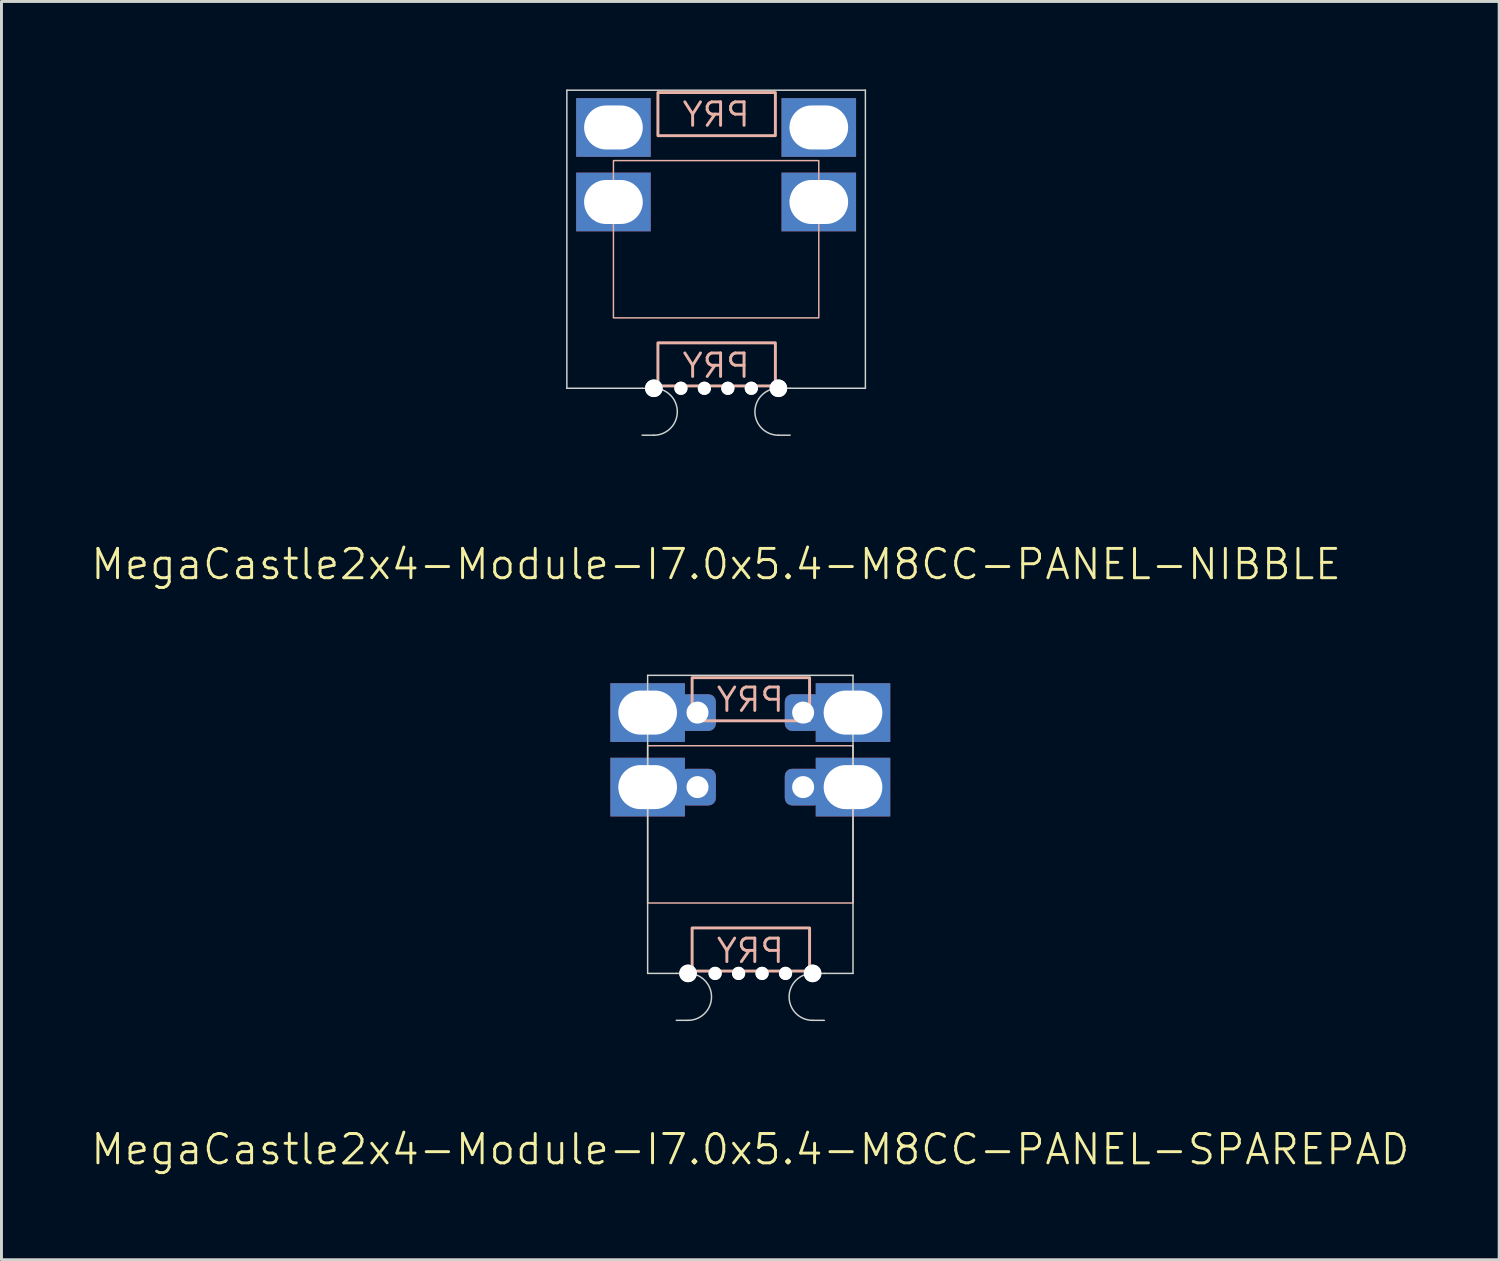
<source format=kicad_pcb>
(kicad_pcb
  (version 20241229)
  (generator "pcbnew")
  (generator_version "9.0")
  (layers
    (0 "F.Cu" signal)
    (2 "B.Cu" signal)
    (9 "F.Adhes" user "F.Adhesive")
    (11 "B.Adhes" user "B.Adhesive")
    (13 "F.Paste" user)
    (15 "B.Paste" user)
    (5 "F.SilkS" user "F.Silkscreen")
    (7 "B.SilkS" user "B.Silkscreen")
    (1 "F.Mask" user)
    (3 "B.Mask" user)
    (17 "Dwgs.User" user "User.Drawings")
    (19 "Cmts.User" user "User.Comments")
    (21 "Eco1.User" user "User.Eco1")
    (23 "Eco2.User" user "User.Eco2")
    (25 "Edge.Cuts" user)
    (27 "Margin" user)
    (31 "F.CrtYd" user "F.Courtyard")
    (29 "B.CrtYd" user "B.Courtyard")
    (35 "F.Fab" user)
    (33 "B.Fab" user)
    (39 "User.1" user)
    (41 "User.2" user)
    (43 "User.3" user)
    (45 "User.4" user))
  (footprint "MegaCastle2x4-Module-I7.0x5.4-M8CC-PANEL-SPAREPAD"
    (layer "F.Cu")
    (at 22.526 25.05)
    (property "Reference" "MegaCastle2x4-Module-I7.0x5.4-M8CC-PANEL-SPAREPAD" (at 0 11.08 0) (unlocked yes) (layer "F.SilkS") (effects (font (size 1 1) (thickness 0.1))))
    (attr smd)
    (fp_rect (start -3.5 2.68) (end 3.5 -2.68) (stroke (width 0.05) (type default)) (fill no) (layer "B.SilkS"))
    (fp_rect (start -1.984 -3.531) (end 2.02 -5) (stroke (width 0.1) (type default)) (fill no) (layer "B.SilkS"))
    (fp_rect (start -1.984 3.531) (end 2.02 5) (stroke (width 0.1) (type default)) (fill no) (layer "B.SilkS"))
    (fp_line (start -3.5 -5.08) (end -3.5 5.08) (stroke (width 0.05) (type default)) (layer "Edge.Cuts"))
    (fp_line (start -3.5 -5.08) (end 3.5 -5.08) (stroke (width 0.05) (type default)) (layer "Edge.Cuts"))
    (fp_line (start -3.5 5.08) (end -2.522 5.08) (stroke (width 0.05) (type default)) (layer "Edge.Cuts"))
    (fp_line (start -2.522 5.08) (end -2.123 5.08) (stroke (width 0.05) (type default)) (layer "Edge.Cuts"))
    (fp_line (start -2.522 6.68) (end -2.123 6.68) (stroke (width 0.05) (type default)) (layer "Edge.Cuts"))
    (fp_line (start 2.522 5.08) (end 2.123 5.08) (stroke (width 0.05) (type default)) (layer "Edge.Cuts"))
    (fp_line (start 2.522 5.08) (end 3.5 5.08) (stroke (width 0.05) (type default)) (layer "Edge.Cuts"))
    (fp_line (start 2.522 6.68) (end 2.123 6.68) (stroke (width 0.05) (type default)) (layer "Edge.Cuts"))
    (fp_line (start 3.5 -5.08) (end 3.5 5.08) (stroke (width 0.05) (type default)) (layer "Edge.Cuts"))
    (fp_arc (start -2.1225 5.08) (mid -1.3225 5.88) (end -2.1225 6.68) (stroke (width 0.05) (type default)) (layer "Edge.Cuts"))
    (fp_arc (start 2.1225 6.68) (mid 1.3225 5.88) (end 2.1225 5.08) (stroke (width 0.05) (type default)) (layer "Edge.Cuts"))
    (fp_text user "PRY" (at 0 4.78 0) (unlocked yes) (layer "B.SilkS") (effects (font (size 0.8 0.8) (thickness 0.1)) (justify bottom mirror)))
    (fp_text user "PRY" (at 0 -3.78 0) (unlocked yes) (layer "B.SilkS") (effects (font (size 0.8 0.8) (thickness 0.1)) (justify bottom mirror)))
    (pad "" np_thru_hole circle (at -2.123 5.08) (size 0.6 0.6) (drill 0.6) (layers "*.Cu" "Edge.Cuts"))
    (pad "" np_thru_hole circle (at -1.2 5.08) (size 0.45 0.45) (drill 0.45) (layers "*.Cu" "Edge.Cuts"))
    (pad "" np_thru_hole circle (at -0.4 5.08) (size 0.45 0.45) (drill 0.45) (layers "*.Cu" "Edge.Cuts"))
    (pad "" np_thru_hole circle (at 0.4 5.08) (size 0.45 0.45) (drill 0.45) (layers "*.Cu" "Edge.Cuts"))
    (pad "" np_thru_hole circle (at 1.2 5.08) (size 0.45 0.45) (drill 0.45) (layers "*.Cu" "Edge.Cuts"))
    (pad "" np_thru_hole circle (at 2.123 5.08) (size 0.6 0.6) (drill 0.6) (layers "*.Cu" "Edge.Cuts"))
    (pad "1" thru_hole rect (at -3.5 -3.81) (size 2.54 2) (drill oval 2 1.5) (property pad_prop_castellated) (layers "*.Cu" "*.Mask"))
    (pad "1" thru_hole roundrect (at -1.8 -3.81 180) (size 1.25 1.25) (drill 0.75) (layers "*.Cu" "*.Mask") (roundrect_rratio 0.2))
    (pad "2" thru_hole rect (at -3.5 -1.27) (size 2.54 2) (drill oval 2 1.5) (property pad_prop_castellated) (layers "*.Cu" "*.Mask"))
    (pad "2" thru_hole roundrect (at -1.8 -1.27 180) (size 1.25 1.25) (drill 0.75) (layers "*.Cu" "*.Mask") (roundrect_rratio 0.2))
    (pad "5" thru_hole roundrect (at 1.8 -3.81 180) (size 1.25 1.25) (drill 0.75) (layers "*.Cu" "*.Mask") (roundrect_rratio 0.2))
    (pad "5" thru_hole rect (at 3.5 -3.81) (size 2.54 2) (drill oval 2 1.5) (property pad_prop_castellated) (layers "*.Cu" "*.Mask"))
    (pad "6" thru_hole roundrect (at 1.8 -1.27 180) (size 1.25 1.25) (drill 0.75) (layers "*.Cu" "*.Mask") (roundrect_rratio 0.2))
    (pad "6" thru_hole rect (at 3.5 -1.27) (size 2.54 2) (drill oval 2 1.5) (property pad_prop_castellated) (layers "*.Cu" "*.Mask"))
    (zone (net_name "") (layer "B.Cu") (hatch edge 0.5) (connect_pads) (min_thickness 0.25) (filled_areas_thickness no) (keepout (tracks allowed) (vias allowed) (pads allowed) (copperpour allowed) (footprints not_allowed)) (placement (enabled no)) (fill) (polygon (pts (xy 19.026 30.131) (xy 19.026 19.971))))
    (zone (net_name "") (layer "B.Cu") (hatch edge 0.5) (connect_pads) (min_thickness 0.25) (filled_areas_thickness no) (keepout (tracks allowed) (vias allowed) (pads allowed) (copperpour allowed) (footprints not_allowed)) (placement (enabled no)) (fill) (polygon (pts (xy 26.026 30.131) (xy 26.026 19.971))))
    (zone (net_name "") (layer "B.Cu") (hatch edge 0.5) (connect_pads) (min_thickness 0.25) (filled_areas_thickness no) (keepout (tracks allowed) (vias allowed) (pads allowed) (copperpour allowed) (footprints not_allowed)) (placement (enabled no)) (fill) (polygon (pts (xy 19.026 19.971) (xy 19.026 22.37) (xy 26.026 22.37) (xy 26.026 19.971))))
    (zone (net_name "") (layer "B.Cu") (hatch edge 0.5) (connect_pads) (min_thickness 0.25) (filled_areas_thickness no) (keepout (tracks allowed) (vias allowed) (pads allowed) (copperpour allowed) (footprints not_allowed)) (placement (enabled no)) (fill) (polygon (pts (xy 19.026 30.131) (xy 19.026 27.73) (xy 26.026 27.73) (xy 26.026 30.131))))
    (zone (net_name "") (layer "B.Cu") (name "Upper Pry Zone") (hatch edge 0.5) (connect_pads) (min_thickness 0.25) (filled_areas_thickness no) (keepout (tracks not_allowed) (vias not_allowed) (pads not_allowed) (copperpour allowed) (footprints not_allowed)) (placement (enabled no)) (fill) (polygon (pts (xy 20.542 21.519) (xy 20.542 20.05) (xy 24.546 20.05) (xy 24.546 21.519))))
    (zone (net_name "") (layer "B.Cu") (name "Upper Pry Zone") (hatch edge 0.5) (connect_pads) (min_thickness 0.25) (filled_areas_thickness no) (keepout (tracks not_allowed) (vias not_allowed) (pads not_allowed) (copperpour allowed) (footprints not_allowed)) (placement (enabled no)) (fill) (polygon (pts (xy 20.542 28.582) (xy 20.542 30.05) (xy 24.546 30.05) (xy 24.546 28.582)))))
  (footprint "MegaCastle2x4-Module-I7.0x5.4-M8CC-PANEL-NIBBLE"
    (layer "F.Cu")
    (at 21.36 5.105)
    (property "Reference" "MegaCastle2x4-Module-I7.0x5.4-M8CC-PANEL-NIBBLE" (at 0 11.08 0) (unlocked yes) (layer "F.SilkS") (effects (font (size 1 1) (thickness 0.1))))
    (attr smd)
    (fp_rect (start -3.5 2.68) (end 3.5 -2.68) (stroke (width 0.05) (type default)) (fill no) (layer "B.SilkS"))
    (fp_rect (start -1.984 -3.531) (end 2.02 -5) (stroke (width 0.1) (type default)) (fill no) (layer "B.SilkS"))
    (fp_rect (start -1.984 3.531) (end 2.02 5) (stroke (width 0.1) (type default)) (fill no) (layer "B.SilkS"))
    (fp_line (start -5.088 -5.08) (end -5.088 5.08) (stroke (width 0.05) (type default)) (layer "Edge.Cuts"))
    (fp_line (start -5.088 -5.08) (end 5.088 -5.08) (stroke (width 0.05) (type default)) (layer "Edge.Cuts"))
    (fp_line (start -5.088 5.08) (end -2.522 5.08) (stroke (width 0.05) (type default)) (layer "Edge.Cuts"))
    (fp_line (start -2.522 5.08) (end -2.123 5.08) (stroke (width 0.05) (type default)) (layer "Edge.Cuts"))
    (fp_line (start -2.522 6.68) (end -2.123 6.68) (stroke (width 0.05) (type default)) (layer "Edge.Cuts"))
    (fp_line (start 2.522 5.08) (end 2.123 5.08) (stroke (width 0.05) (type default)) (layer "Edge.Cuts"))
    (fp_line (start 2.522 5.08) (end 5.088 5.08) (stroke (width 0.05) (type default)) (layer "Edge.Cuts"))
    (fp_line (start 2.522 6.68) (end 2.123 6.68) (stroke (width 0.05) (type default)) (layer "Edge.Cuts"))
    (fp_line (start 5.088 -5.08) (end 5.088 5.08) (stroke (width 0.05) (type default)) (layer "Edge.Cuts"))
    (fp_arc (start -2.1225 5.08) (mid -1.3225 5.88) (end -2.1225 6.68) (stroke (width 0.05) (type default)) (layer "Edge.Cuts"))
    (fp_arc (start 2.1225 6.68) (mid 1.3225 5.88) (end 2.1225 5.08) (stroke (width 0.05) (type default)) (layer "Edge.Cuts"))
    (fp_text user "PRY" (at 0 4.78 0) (unlocked yes) (layer "B.SilkS") (effects (font (size 0.8 0.8) (thickness 0.1)) (justify bottom mirror)))
    (fp_text user "PRY" (at 0 -3.78 0) (unlocked yes) (layer "B.SilkS") (effects (font (size 0.8 0.8) (thickness 0.1)) (justify bottom mirror)))
    (pad "" np_thru_hole circle (at -2.123 5.08) (size 0.6 0.6) (drill 0.6) (layers "*.Cu" "Edge.Cuts"))
    (pad "" np_thru_hole circle (at -1.2 5.08) (size 0.45 0.45) (drill 0.45) (layers "*.Cu" "Edge.Cuts"))
    (pad "" np_thru_hole circle (at -0.4 5.08) (size 0.45 0.45) (drill 0.45) (layers "*.Cu" "Edge.Cuts"))
    (pad "" np_thru_hole circle (at 0.4 5.08) (size 0.45 0.45) (drill 0.45) (layers "*.Cu" "Edge.Cuts"))
    (pad "" np_thru_hole circle (at 1.2 5.08) (size 0.45 0.45) (drill 0.45) (layers "*.Cu" "Edge.Cuts"))
    (pad "" np_thru_hole circle (at 2.123 5.08) (size 0.6 0.6) (drill 0.6) (layers "*.Cu" "Edge.Cuts"))
    (pad "1" thru_hole rect (at -3.5 -3.81) (size 2.54 2) (drill oval 2 1.5) (property pad_prop_castellated) (layers "*.Cu" "*.Mask"))
    (pad "2" thru_hole rect (at -3.5 -1.27) (size 2.54 2) (drill oval 2 1.5) (property pad_prop_castellated) (layers "*.Cu" "*.Mask"))
    (pad "5" thru_hole rect (at 3.5 -3.81) (size 2.54 2) (drill oval 2 1.5) (property pad_prop_castellated) (layers "*.Cu" "*.Mask"))
    (pad "6" thru_hole rect (at 3.5 -1.27) (size 2.54 2) (drill oval 2 1.5) (property pad_prop_castellated) (layers "*.Cu" "*.Mask"))
    (zone (net_name "") (layer "B.Cu") (hatch edge 0.5) (connect_pads) (min_thickness 0.25) (filled_areas_thickness no) (keepout (tracks allowed) (vias allowed) (pads allowed) (copperpour allowed) (footprints not_allowed)) (placement (enabled no)) (fill) (polygon (pts (xy 17.86 10.185) (xy 17.86 0.025))))
    (zone (net_name "") (layer "B.Cu") (hatch edge 0.5) (connect_pads) (min_thickness 0.25) (filled_areas_thickness no) (keepout (tracks allowed) (vias allowed) (pads allowed) (copperpour allowed) (footprints not_allowed)) (placement (enabled no)) (fill) (polygon (pts (xy 24.86 10.185) (xy 24.86 0.025))))
    (zone (net_name "") (layer "B.Cu") (hatch edge 0.5) (connect_pads) (min_thickness 0.25) (filled_areas_thickness no) (keepout (tracks allowed) (vias allowed) (pads allowed) (copperpour allowed) (footprints not_allowed)) (placement (enabled no)) (fill) (polygon (pts (xy 17.86 0.025) (xy 17.86 2.425) (xy 24.86 2.425) (xy 24.86 0.025))))
    (zone (net_name "") (layer "B.Cu") (hatch edge 0.5) (connect_pads) (min_thickness 0.25) (filled_areas_thickness no) (keepout (tracks allowed) (vias allowed) (pads allowed) (copperpour allowed) (footprints not_allowed)) (placement (enabled no)) (fill) (polygon (pts (xy 17.86 10.185) (xy 17.86 7.785) (xy 24.86 7.785) (xy 24.86 10.185))))
    (zone (net_name "") (layer "B.Cu") (name "Upper Pry Zone") (hatch edge 0.5) (connect_pads) (min_thickness 0.25) (filled_areas_thickness no) (keepout (tracks not_allowed) (vias not_allowed) (pads not_allowed) (copperpour allowed) (footprints not_allowed)) (placement (enabled no)) (fill) (polygon (pts (xy 19.375 1.574) (xy 19.375 0.105) (xy 23.379 0.105) (xy 23.379 1.574))))
    (zone (net_name "") (layer "B.Cu") (name "Upper Pry Zone") (hatch edge 0.5) (connect_pads) (min_thickness 0.25) (filled_areas_thickness no) (keepout (tracks not_allowed) (vias not_allowed) (pads not_allowed) (copperpour allowed) (footprints not_allowed)) (placement (enabled no)) (fill) (polygon (pts (xy 19.375 8.636) (xy 19.375 10.105) (xy 23.379 10.105) (xy 23.379 8.636)))))
  (gr_rect
    (start -3 -3)
    (end 48.052 39.891)
    (stroke (width 0.1) (type default))
    (fill no)
    (layer "Edge.Cuts")))
</source>
